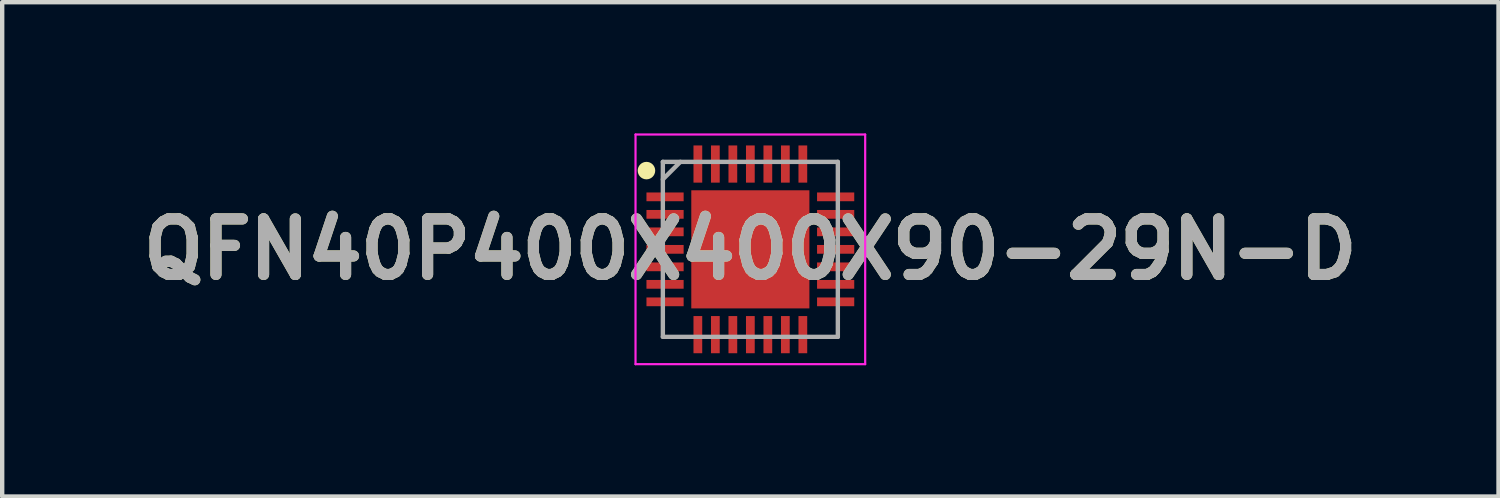
<source format=kicad_pcb>
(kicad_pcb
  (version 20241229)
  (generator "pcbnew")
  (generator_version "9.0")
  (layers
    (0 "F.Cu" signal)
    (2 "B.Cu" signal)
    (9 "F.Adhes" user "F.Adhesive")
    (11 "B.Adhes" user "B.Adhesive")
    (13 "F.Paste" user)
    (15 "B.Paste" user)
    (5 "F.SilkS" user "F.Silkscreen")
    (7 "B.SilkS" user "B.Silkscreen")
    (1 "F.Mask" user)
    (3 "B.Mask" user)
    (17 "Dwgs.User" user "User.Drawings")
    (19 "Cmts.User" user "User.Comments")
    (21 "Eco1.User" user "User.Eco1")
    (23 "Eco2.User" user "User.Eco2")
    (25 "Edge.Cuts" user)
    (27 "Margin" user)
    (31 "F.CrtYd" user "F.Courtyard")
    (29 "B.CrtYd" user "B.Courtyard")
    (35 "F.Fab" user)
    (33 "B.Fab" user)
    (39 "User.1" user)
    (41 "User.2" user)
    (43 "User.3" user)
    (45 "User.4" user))
  (footprint "QFN40P400X400X90-29N-D"
    (layer "F.Cu")
    (at 14.103 2.65)
    (property "Reference" "QFN40P400X400X90-29N-D" (at 0 0 0) (layer "F.SilkS") (effects (font (size 1.27 1.27) (thickness 0.254))))
    (attr smd)
    (fp_circle (center -2.375 -1.8) (end -2.375 -1.7) (stroke (width 0.2) (type solid)) (fill no) (layer "F.SilkS"))
    (fp_line (start -2.625 -2.625) (end 2.625 -2.625) (stroke (width 0.05) (type solid)) (layer "F.CrtYd"))
    (fp_line (start -2.625 2.625) (end -2.625 -2.625) (stroke (width 0.05) (type solid)) (layer "F.CrtYd"))
    (fp_line (start 2.625 -2.625) (end 2.625 2.625) (stroke (width 0.05) (type solid)) (layer "F.CrtYd"))
    (fp_line (start 2.625 2.625) (end -2.625 2.625) (stroke (width 0.05) (type solid)) (layer "F.CrtYd"))
    (fp_line (start -2 -2) (end 2 -2) (stroke (width 0.1) (type solid)) (layer "F.Fab"))
    (fp_line (start -2 -1.6) (end -1.6 -2) (stroke (width 0.1) (type solid)) (layer "F.Fab"))
    (fp_line (start -2 2) (end -2 -2) (stroke (width 0.1) (type solid)) (layer "F.Fab"))
    (fp_line (start 2 -2) (end 2 2) (stroke (width 0.1) (type solid)) (layer "F.Fab"))
    (fp_line (start 2 2) (end -2 2) (stroke (width 0.1) (type solid)) (layer "F.Fab"))
    (fp_text user "${REFERENCE}" (at 0 0 0) (layer "F.Fab") (effects (font (size 1.27 1.27) (thickness 0.254))))
    (pad "1" smd rect (at -1.95 -1.2 90) (size 0.2 0.85) (layers "F.Cu" "F.Mask" "F.Paste"))
    (pad "2" smd rect (at -1.95 -0.8 90) (size 0.2 0.85) (layers "F.Cu" "F.Mask" "F.Paste"))
    (pad "3" smd rect (at -1.95 -0.4 90) (size 0.2 0.85) (layers "F.Cu" "F.Mask" "F.Paste"))
    (pad "4" smd rect (at -1.95 0 90) (size 0.2 0.85) (layers "F.Cu" "F.Mask" "F.Paste"))
    (pad "5" smd rect (at -1.95 0.4 90) (size 0.2 0.85) (layers "F.Cu" "F.Mask" "F.Paste"))
    (pad "6" smd rect (at -1.95 0.8 90) (size 0.2 0.85) (layers "F.Cu" "F.Mask" "F.Paste"))
    (pad "7" smd rect (at -1.95 1.2 90) (size 0.2 0.85) (layers "F.Cu" "F.Mask" "F.Paste"))
    (pad "8" smd rect (at -1.2 1.95) (size 0.2 0.85) (layers "F.Cu" "F.Mask" "F.Paste"))
    (pad "9" smd rect (at -0.8 1.95) (size 0.2 0.85) (layers "F.Cu" "F.Mask" "F.Paste"))
    (pad "10" smd rect (at -0.4 1.95) (size 0.2 0.85) (layers "F.Cu" "F.Mask" "F.Paste"))
    (pad "11" smd rect (at 0 1.95) (size 0.2 0.85) (layers "F.Cu" "F.Mask" "F.Paste"))
    (pad "12" smd rect (at 0.4 1.95) (size 0.2 0.85) (layers "F.Cu" "F.Mask" "F.Paste"))
    (pad "13" smd rect (at 0.8 1.95) (size 0.2 0.85) (layers "F.Cu" "F.Mask" "F.Paste"))
    (pad "14" smd rect (at 1.2 1.95) (size 0.2 0.85) (layers "F.Cu" "F.Mask" "F.Paste"))
    (pad "15" smd rect (at 1.95 1.2 90) (size 0.2 0.85) (layers "F.Cu" "F.Mask" "F.Paste"))
    (pad "16" smd rect (at 1.95 0.8 90) (size 0.2 0.85) (layers "F.Cu" "F.Mask" "F.Paste"))
    (pad "17" smd rect (at 1.95 0.4 90) (size 0.2 0.85) (layers "F.Cu" "F.Mask" "F.Paste"))
    (pad "18" smd rect (at 1.95 0 90) (size 0.2 0.85) (layers "F.Cu" "F.Mask" "F.Paste"))
    (pad "19" smd rect (at 1.95 -0.4 90) (size 0.2 0.85) (layers "F.Cu" "F.Mask" "F.Paste"))
    (pad "20" smd rect (at 1.95 -0.8 90) (size 0.2 0.85) (layers "F.Cu" "F.Mask" "F.Paste"))
    (pad "21" smd rect (at 1.95 -1.2 90) (size 0.2 0.85) (layers "F.Cu" "F.Mask" "F.Paste"))
    (pad "22" smd rect (at 1.2 -1.95) (size 0.2 0.85) (layers "F.Cu" "F.Mask" "F.Paste"))
    (pad "23" smd rect (at 0.8 -1.95) (size 0.2 0.85) (layers "F.Cu" "F.Mask" "F.Paste"))
    (pad "24" smd rect (at 0.4 -1.95) (size 0.2 0.85) (layers "F.Cu" "F.Mask" "F.Paste"))
    (pad "25" smd rect (at 0 -1.95) (size 0.2 0.85) (layers "F.Cu" "F.Mask" "F.Paste"))
    (pad "26" smd rect (at -0.4 -1.95) (size 0.2 0.85) (layers "F.Cu" "F.Mask" "F.Paste"))
    (pad "27" smd rect (at -0.8 -1.95) (size 0.2 0.85) (layers "F.Cu" "F.Mask" "F.Paste"))
    (pad "28" smd rect (at -1.2 -1.95) (size 0.2 0.85) (layers "F.Cu" "F.Mask" "F.Paste"))
    (pad "29" smd rect (at 0 0) (size 2.7 2.7) (layers "F.Cu" "F.Mask" "F.Paste")))
  (gr_rect
    (start -3 -3)
    (end 31.206 8.3)
    (stroke (width 0.1) (type default))
    (fill no)
    (layer "Edge.Cuts")))
</source>
